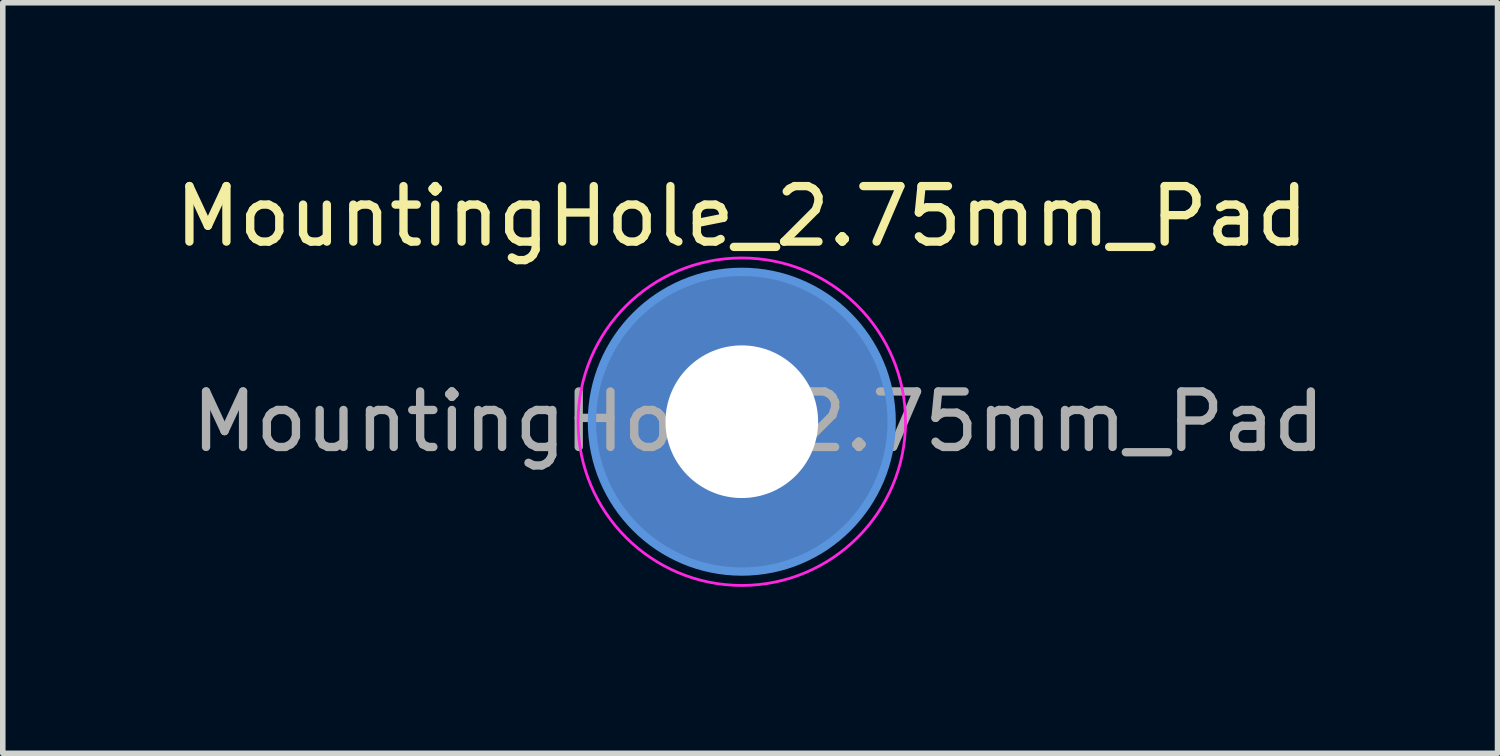
<source format=kicad_pcb>
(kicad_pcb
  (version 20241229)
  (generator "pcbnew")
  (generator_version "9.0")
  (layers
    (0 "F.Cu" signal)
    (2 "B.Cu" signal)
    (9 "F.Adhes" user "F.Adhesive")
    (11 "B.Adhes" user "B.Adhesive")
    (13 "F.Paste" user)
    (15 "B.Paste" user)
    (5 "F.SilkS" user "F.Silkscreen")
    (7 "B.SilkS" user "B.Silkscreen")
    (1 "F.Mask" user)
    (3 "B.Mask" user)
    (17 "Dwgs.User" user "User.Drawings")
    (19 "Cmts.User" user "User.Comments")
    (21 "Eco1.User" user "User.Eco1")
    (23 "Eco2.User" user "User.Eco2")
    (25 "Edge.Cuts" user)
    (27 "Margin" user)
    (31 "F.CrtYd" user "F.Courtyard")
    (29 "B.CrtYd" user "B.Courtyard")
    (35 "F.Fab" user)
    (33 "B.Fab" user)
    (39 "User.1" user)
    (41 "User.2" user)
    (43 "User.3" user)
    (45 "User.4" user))
  (footprint "MountingHole_2.75mm_Pad"
    (layer "F.Cu")
    (at 10.315 4.548)
    (property "Reference" "MountingHole_2.75mm_Pad" (at 0 -3.7 0) (layer "F.SilkS") (effects (font (size 1 1) (thickness 0.15))))
    (attr exclude_from_pos_files exclude_from_bom)
    (fp_circle (center 0 0) (end 2.7 0) (stroke (width 0.15) (type solid)) (fill no) (layer "Cmts.User"))
    (fp_circle (center 0 0) (end 2.95 0) (stroke (width 0.05) (type solid)) (fill no) (layer "F.CrtYd"))
    (fp_text user "${REFERENCE}" (at 0.3 0 0) (layer "F.Fab") (effects (font (size 1 1) (thickness 0.15))))
    (pad "" np_thru_hole circle (at 0 0) (size 5.4 5.4) (drill 2.75) (layers "*.Cu" "*.Mask")))
  (gr_rect
    (start -3 -3)
    (end 23.931 10.523)
    (stroke (width 0.1) (type default))
    (fill no)
    (layer "Edge.Cuts")))
</source>
